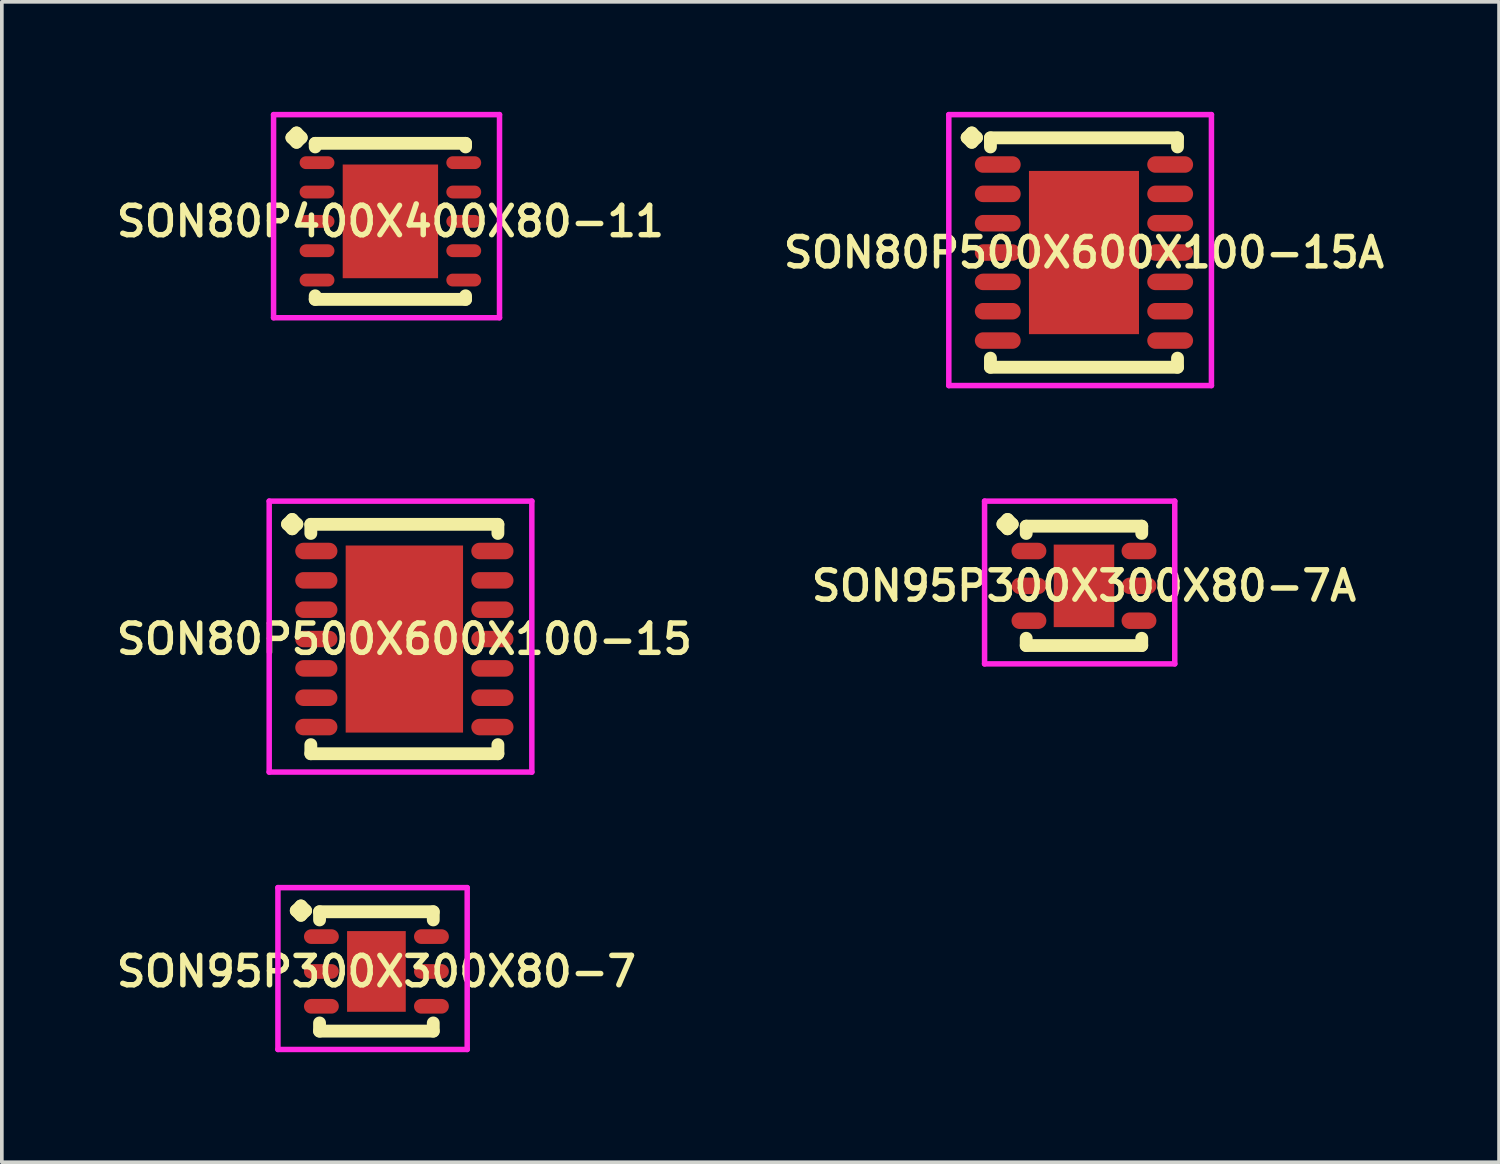
<source format=kicad_pcb>
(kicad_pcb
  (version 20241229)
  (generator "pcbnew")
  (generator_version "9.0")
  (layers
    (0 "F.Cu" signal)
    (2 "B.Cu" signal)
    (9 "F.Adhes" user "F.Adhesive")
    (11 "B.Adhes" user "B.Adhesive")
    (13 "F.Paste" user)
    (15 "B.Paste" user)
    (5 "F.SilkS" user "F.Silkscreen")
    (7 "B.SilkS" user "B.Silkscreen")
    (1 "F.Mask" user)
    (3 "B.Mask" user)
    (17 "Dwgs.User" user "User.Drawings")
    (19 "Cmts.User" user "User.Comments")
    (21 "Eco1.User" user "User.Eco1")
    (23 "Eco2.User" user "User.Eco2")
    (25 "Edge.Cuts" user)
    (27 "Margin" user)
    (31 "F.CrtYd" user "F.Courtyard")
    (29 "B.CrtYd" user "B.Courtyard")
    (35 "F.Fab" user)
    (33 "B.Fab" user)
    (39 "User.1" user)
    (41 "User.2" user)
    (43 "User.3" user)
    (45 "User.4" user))
  (footprint "SON80P400X400X80-11"
    (layer "F.Cu")
    (at 7.593 2.985)
    (property "Reference" "SON80P400X400X80-11" (at 0 0 0) (layer "F.SilkS") (effects (font (size 0.8 0.8) (thickness 0.15))))
    (attr smd)
    (fp_line (start -2.685 -2.283) (end -2.558 -2.41) (stroke (width 0.35) (type solid)) (layer "F.SilkS"))
    (fp_line (start -2.558 -2.41) (end -2.431 -2.283) (stroke (width 0.35) (type solid)) (layer "F.SilkS"))
    (fp_line (start -2.558 -2.156) (end -2.685 -2.283) (stroke (width 0.35) (type solid)) (layer "F.SilkS"))
    (fp_line (start -2.431 -2.283) (end -2.558 -2.156) (stroke (width 0.35) (type solid)) (layer "F.SilkS"))
    (fp_line (start -2.05 -2.127) (end 2.05 -2.127) (stroke (width 0.35) (type solid)) (layer "F.SilkS"))
    (fp_line (start -2.05 -2.029) (end -2.05 -2.127) (stroke (width 0.35) (type solid)) (layer "F.SilkS"))
    (fp_line (start -2.05 2.029) (end -2.05 2.127) (stroke (width 0.35) (type solid)) (layer "F.SilkS"))
    (fp_line (start -2.05 2.127) (end 2.05 2.127) (stroke (width 0.35) (type solid)) (layer "F.SilkS"))
    (fp_line (start 2.05 -2.127) (end 2.05 -2.029) (stroke (width 0.35) (type solid)) (layer "F.SilkS"))
    (fp_line (start 2.05 2.127) (end 2.05 2.029) (stroke (width 0.35) (type solid)) (layer "F.SilkS"))
    (fp_line (start -3.185 -2.91) (end 2.975 -2.91) (stroke (width 0.15) (type solid)) (layer "F.CrtYd"))
    (fp_line (start -3.185 2.627) (end -3.185 -2.91) (stroke (width 0.15) (type solid)) (layer "F.CrtYd"))
    (fp_line (start 2.975 -2.91) (end 2.975 2.627) (stroke (width 0.15) (type solid)) (layer "F.CrtYd"))
    (fp_line (start 2.975 2.627) (end -3.185 2.627) (stroke (width 0.15) (type solid)) (layer "F.CrtYd"))
    (pad "1" smd oval (at -2 -1.6) (size 0.95 0.35) (layers "F.Cu" "F.Mask" "F.Paste"))
    (pad "2" smd oval (at -2 -0.8) (size 0.95 0.35) (layers "F.Cu" "F.Mask" "F.Paste"))
    (pad "3" smd oval (at -2 0) (size 0.95 0.35) (layers "F.Cu" "F.Mask" "F.Paste"))
    (pad "4" smd oval (at -2 0.8) (size 0.95 0.35) (layers "F.Cu" "F.Mask" "F.Paste"))
    (pad "5" smd oval (at -2 1.6) (size 0.95 0.35) (layers "F.Cu" "F.Mask" "F.Paste"))
    (pad "6" smd oval (at 2 1.6) (size 0.95 0.35) (layers "F.Cu" "F.Mask" "F.Paste"))
    (pad "7" smd oval (at 2 0.8) (size 0.95 0.35) (layers "F.Cu" "F.Mask" "F.Paste"))
    (pad "8" smd oval (at 2 0) (size 0.95 0.35) (layers "F.Cu" "F.Mask" "F.Paste"))
    (pad "9" smd oval (at 2 -0.8) (size 0.95 0.35) (layers "F.Cu" "F.Mask" "F.Paste"))
    (pad "10" smd oval (at 2 -1.6) (size 0.95 0.35) (layers "F.Cu" "F.Mask" "F.Paste"))
    (pad "11" smd rect (at 0 0) (size 2.6 3.1) (layers "F.Cu" "F.Mask" "F.Paste")))
  (footprint "SON95P300X300X80-7"
    (layer "F.Cu")
    (at 7.212 23.434)
    (property "Reference" "SON95P300X300X80-7" (at 0 0 0) (layer "F.SilkS") (effects (font (size 0.8 0.8) (thickness 0.15))))
    (attr smd)
    (fp_line (start -2.185 -1.658) (end -2.058 -1.785) (stroke (width 0.35) (type solid)) (layer "F.SilkS"))
    (fp_line (start -2.058 -1.785) (end -1.931 -1.658) (stroke (width 0.35) (type solid)) (layer "F.SilkS"))
    (fp_line (start -2.058 -1.531) (end -2.185 -1.658) (stroke (width 0.35) (type solid)) (layer "F.SilkS"))
    (fp_line (start -1.931 -1.658) (end -2.058 -1.531) (stroke (width 0.35) (type solid)) (layer "F.SilkS"))
    (fp_line (start -1.55 -1.627) (end 1.55 -1.627) (stroke (width 0.35) (type solid)) (layer "F.SilkS"))
    (fp_line (start -1.55 -1.404) (end -1.55 -1.627) (stroke (width 0.35) (type solid)) (layer "F.SilkS"))
    (fp_line (start -1.55 1.404) (end -1.55 1.627) (stroke (width 0.35) (type solid)) (layer "F.SilkS"))
    (fp_line (start -1.55 1.627) (end 1.55 1.627) (stroke (width 0.35) (type solid)) (layer "F.SilkS"))
    (fp_line (start 1.55 -1.627) (end 1.55 -1.404) (stroke (width 0.35) (type solid)) (layer "F.SilkS"))
    (fp_line (start 1.55 1.627) (end 1.55 1.404) (stroke (width 0.35) (type solid)) (layer "F.SilkS"))
    (fp_line (start -2.685 -2.285) (end 2.475 -2.285) (stroke (width 0.15) (type solid)) (layer "F.CrtYd"))
    (fp_line (start -2.685 2.127) (end -2.685 -2.285) (stroke (width 0.15) (type solid)) (layer "F.CrtYd"))
    (fp_line (start 2.475 -2.285) (end 2.475 2.127) (stroke (width 0.15) (type solid)) (layer "F.CrtYd"))
    (fp_line (start 2.475 2.127) (end -2.685 2.127) (stroke (width 0.15) (type solid)) (layer "F.CrtYd"))
    (pad "1" smd oval (at -1.5 -0.95) (size 0.95 0.4) (layers "F.Cu" "F.Mask" "F.Paste"))
    (pad "2" smd oval (at -1.5 0) (size 0.95 0.4) (layers "F.Cu" "F.Mask" "F.Paste"))
    (pad "3" smd oval (at -1.5 0.95) (size 0.95 0.4) (layers "F.Cu" "F.Mask" "F.Paste"))
    (pad "4" smd oval (at 1.5 0.95) (size 0.95 0.4) (layers "F.Cu" "F.Mask" "F.Paste"))
    (pad "5" smd oval (at 1.5 0) (size 0.95 0.4) (layers "F.Cu" "F.Mask" "F.Paste"))
    (pad "6" smd oval (at 1.5 -0.95) (size 0.95 0.4) (layers "F.Cu" "F.Mask" "F.Paste"))
    (pad "7" smd rect (at 0 0) (size 1.6 2.2) (layers "F.Cu" "F.Mask" "F.Paste")))
  (footprint "SON95P300X300X80-7A"
    (layer "F.Cu")
    (at 26.502 12.922)
    (property "Reference" "SON95P300X300X80-7A" (at 0 0 0) (layer "F.SilkS") (effects (font (size 0.8 0.8) (thickness 0.15))))
    (attr smd)
    (fp_line (start -2.21 -1.683) (end -2.083 -1.81) (stroke (width 0.35) (type solid)) (layer "F.SilkS"))
    (fp_line (start -2.083 -1.81) (end -1.956 -1.683) (stroke (width 0.35) (type solid)) (layer "F.SilkS"))
    (fp_line (start -2.083 -1.556) (end -2.21 -1.683) (stroke (width 0.35) (type solid)) (layer "F.SilkS"))
    (fp_line (start -1.956 -1.683) (end -2.083 -1.556) (stroke (width 0.35) (type solid)) (layer "F.SilkS"))
    (fp_line (start -1.575 -1.627) (end 1.575 -1.627) (stroke (width 0.35) (type solid)) (layer "F.SilkS"))
    (fp_line (start -1.575 -1.429) (end -1.575 -1.627) (stroke (width 0.35) (type solid)) (layer "F.SilkS"))
    (fp_line (start -1.575 1.429) (end -1.575 1.627) (stroke (width 0.35) (type solid)) (layer "F.SilkS"))
    (fp_line (start -1.575 1.627) (end 1.575 1.627) (stroke (width 0.35) (type solid)) (layer "F.SilkS"))
    (fp_line (start 1.575 -1.627) (end 1.575 -1.429) (stroke (width 0.35) (type solid)) (layer "F.SilkS"))
    (fp_line (start 1.575 1.627) (end 1.575 1.429) (stroke (width 0.35) (type solid)) (layer "F.SilkS"))
    (fp_line (start -2.71 -2.31) (end 2.475 -2.31) (stroke (width 0.15) (type solid)) (layer "F.CrtYd"))
    (fp_line (start -2.71 2.127) (end -2.71 -2.31) (stroke (width 0.15) (type solid)) (layer "F.CrtYd"))
    (fp_line (start 2.475 -2.31) (end 2.475 2.127) (stroke (width 0.15) (type solid)) (layer "F.CrtYd"))
    (fp_line (start 2.475 2.127) (end -2.71 2.127) (stroke (width 0.15) (type solid)) (layer "F.CrtYd"))
    (pad "1" smd oval (at -1.5 -0.95) (size 0.95 0.45) (layers "F.Cu" "F.Mask" "F.Paste"))
    (pad "2" smd oval (at -1.5 0) (size 0.95 0.45) (layers "F.Cu" "F.Mask" "F.Paste"))
    (pad "3" smd oval (at -1.5 0.95) (size 0.95 0.45) (layers "F.Cu" "F.Mask" "F.Paste"))
    (pad "4" smd oval (at 1.5 0.95) (size 0.95 0.45) (layers "F.Cu" "F.Mask" "F.Paste"))
    (pad "5" smd oval (at 1.5 0) (size 0.95 0.45) (layers "F.Cu" "F.Mask" "F.Paste"))
    (pad "6" smd oval (at 1.5 -0.95) (size 0.95 0.45) (layers "F.Cu" "F.Mask" "F.Paste"))
    (pad "7" smd rect (at 0 0) (size 1.65 2.25) (layers "F.Cu" "F.Mask" "F.Paste")))
  (footprint "SON80P500X600X100-15A"
    (layer "F.Cu")
    (at 26.502 3.835)
    (property "Reference" "SON80P500X600X100-15A" (at 0 0 0) (layer "F.SilkS") (effects (font (size 0.8 0.8) (thickness 0.15))))
    (attr smd)
    (fp_line (start -3.185 -3.133) (end -3.058 -3.26) (stroke (width 0.35) (type solid)) (layer "F.SilkS"))
    (fp_line (start -3.058 -3.26) (end -2.931 -3.133) (stroke (width 0.35) (type solid)) (layer "F.SilkS"))
    (fp_line (start -3.058 -3.006) (end -3.185 -3.133) (stroke (width 0.35) (type solid)) (layer "F.SilkS"))
    (fp_line (start -2.931 -3.133) (end -3.058 -3.006) (stroke (width 0.35) (type solid)) (layer "F.SilkS"))
    (fp_line (start -2.55 -3.127) (end 2.55 -3.127) (stroke (width 0.35) (type solid)) (layer "F.SilkS"))
    (fp_line (start -2.55 -2.879) (end -2.55 -3.127) (stroke (width 0.35) (type solid)) (layer "F.SilkS"))
    (fp_line (start -2.55 2.879) (end -2.55 3.127) (stroke (width 0.35) (type solid)) (layer "F.SilkS"))
    (fp_line (start -2.55 3.127) (end 2.55 3.127) (stroke (width 0.35) (type solid)) (layer "F.SilkS"))
    (fp_line (start 2.55 -3.127) (end 2.55 -2.879) (stroke (width 0.35) (type solid)) (layer "F.SilkS"))
    (fp_line (start 2.55 3.127) (end 2.55 2.879) (stroke (width 0.35) (type solid)) (layer "F.SilkS"))
    (fp_line (start -3.685 -3.76) (end 3.475 -3.76) (stroke (width 0.15) (type solid)) (layer "F.CrtYd"))
    (fp_line (start -3.685 3.627) (end -3.685 -3.76) (stroke (width 0.15) (type solid)) (layer "F.CrtYd"))
    (fp_line (start 3.475 -3.76) (end 3.475 3.627) (stroke (width 0.15) (type solid)) (layer "F.CrtYd"))
    (fp_line (start 3.475 3.627) (end -3.685 3.627) (stroke (width 0.15) (type solid)) (layer "F.CrtYd"))
    (pad "1" smd oval (at -2.35 -2.4) (size 1.25 0.45) (layers "F.Cu" "F.Mask" "F.Paste"))
    (pad "2" smd oval (at -2.35 -1.6) (size 1.25 0.45) (layers "F.Cu" "F.Mask" "F.Paste"))
    (pad "3" smd oval (at -2.35 -0.8) (size 1.25 0.45) (layers "F.Cu" "F.Mask" "F.Paste"))
    (pad "4" smd oval (at -2.35 0) (size 1.25 0.45) (layers "F.Cu" "F.Mask" "F.Paste"))
    (pad "5" smd oval (at -2.35 0.8) (size 1.25 0.45) (layers "F.Cu" "F.Mask" "F.Paste"))
    (pad "6" smd oval (at -2.35 1.6) (size 1.25 0.45) (layers "F.Cu" "F.Mask" "F.Paste"))
    (pad "7" smd oval (at -2.35 2.4) (size 1.25 0.45) (layers "F.Cu" "F.Mask" "F.Paste"))
    (pad "8" smd oval (at 2.35 2.4) (size 1.25 0.45) (layers "F.Cu" "F.Mask" "F.Paste"))
    (pad "9" smd oval (at 2.35 1.6) (size 1.25 0.45) (layers "F.Cu" "F.Mask" "F.Paste"))
    (pad "10" smd oval (at 2.35 0.8) (size 1.25 0.45) (layers "F.Cu" "F.Mask" "F.Paste"))
    (pad "11" smd oval (at 2.35 0) (size 1.25 0.45) (layers "F.Cu" "F.Mask" "F.Paste"))
    (pad "12" smd oval (at 2.35 -0.8) (size 1.25 0.45) (layers "F.Cu" "F.Mask" "F.Paste"))
    (pad "13" smd oval (at 2.35 -1.6) (size 1.25 0.45) (layers "F.Cu" "F.Mask" "F.Paste"))
    (pad "14" smd oval (at 2.35 -2.4) (size 1.25 0.45) (layers "F.Cu" "F.Mask" "F.Paste"))
    (pad "15" smd rect (at 0 0) (size 3 4.45) (layers "F.Cu" "F.Mask" "F.Paste")))
  (footprint "SON80P500X600X100-15"
    (layer "F.Cu")
    (at 7.974 14.372)
    (property "Reference" "SON80P500X600X100-15" (at 0 0 0) (layer "F.SilkS") (effects (font (size 0.8 0.8) (thickness 0.15))))
    (attr smd)
    (fp_line (start -3.185 -3.133) (end -3.058 -3.26) (stroke (width 0.35) (type solid)) (layer "F.SilkS"))
    (fp_line (start -3.058 -3.26) (end -2.931 -3.133) (stroke (width 0.35) (type solid)) (layer "F.SilkS"))
    (fp_line (start -3.058 -3.006) (end -3.185 -3.133) (stroke (width 0.35) (type solid)) (layer "F.SilkS"))
    (fp_line (start -2.931 -3.133) (end -3.058 -3.006) (stroke (width 0.35) (type solid)) (layer "F.SilkS"))
    (fp_line (start -2.55 -3.127) (end 2.55 -3.127) (stroke (width 0.35) (type solid)) (layer "F.SilkS"))
    (fp_line (start -2.55 -2.879) (end -2.55 -3.127) (stroke (width 0.35) (type solid)) (layer "F.SilkS"))
    (fp_line (start -2.55 2.879) (end -2.55 3.127) (stroke (width 0.35) (type solid)) (layer "F.SilkS"))
    (fp_line (start -2.55 3.127) (end 2.55 3.127) (stroke (width 0.35) (type solid)) (layer "F.SilkS"))
    (fp_line (start 2.55 -3.127) (end 2.55 -2.879) (stroke (width 0.35) (type solid)) (layer "F.SilkS"))
    (fp_line (start 2.55 3.127) (end 2.55 2.879) (stroke (width 0.35) (type solid)) (layer "F.SilkS"))
    (fp_line (start -3.685 -3.76) (end 3.475 -3.76) (stroke (width 0.15) (type solid)) (layer "F.CrtYd"))
    (fp_line (start -3.685 3.627) (end -3.685 -3.76) (stroke (width 0.15) (type solid)) (layer "F.CrtYd"))
    (fp_line (start 3.475 -3.76) (end 3.475 3.627) (stroke (width 0.15) (type solid)) (layer "F.CrtYd"))
    (fp_line (start 3.475 3.627) (end -3.685 3.627) (stroke (width 0.15) (type solid)) (layer "F.CrtYd"))
    (pad "1" smd oval (at -2.4 -2.4) (size 1.15 0.45) (layers "F.Cu" "F.Mask" "F.Paste"))
    (pad "2" smd oval (at -2.4 -1.6) (size 1.15 0.45) (layers "F.Cu" "F.Mask" "F.Paste"))
    (pad "3" smd oval (at -2.4 -0.8) (size 1.15 0.45) (layers "F.Cu" "F.Mask" "F.Paste"))
    (pad "4" smd oval (at -2.4 0) (size 1.15 0.45) (layers "F.Cu" "F.Mask" "F.Paste"))
    (pad "5" smd oval (at -2.4 0.8) (size 1.15 0.45) (layers "F.Cu" "F.Mask" "F.Paste"))
    (pad "6" smd oval (at -2.4 1.6) (size 1.15 0.45) (layers "F.Cu" "F.Mask" "F.Paste"))
    (pad "7" smd oval (at -2.4 2.4) (size 1.15 0.45) (layers "F.Cu" "F.Mask" "F.Paste"))
    (pad "8" smd oval (at 2.4 2.4) (size 1.15 0.45) (layers "F.Cu" "F.Mask" "F.Paste"))
    (pad "9" smd oval (at 2.4 1.6) (size 1.15 0.45) (layers "F.Cu" "F.Mask" "F.Paste"))
    (pad "10" smd oval (at 2.4 0.8) (size 1.15 0.45) (layers "F.Cu" "F.Mask" "F.Paste"))
    (pad "11" smd oval (at 2.4 0) (size 1.15 0.45) (layers "F.Cu" "F.Mask" "F.Paste"))
    (pad "12" smd oval (at 2.4 -0.8) (size 1.15 0.45) (layers "F.Cu" "F.Mask" "F.Paste"))
    (pad "13" smd oval (at 2.4 -1.6) (size 1.15 0.45) (layers "F.Cu" "F.Mask" "F.Paste"))
    (pad "14" smd oval (at 2.4 -2.4) (size 1.15 0.45) (layers "F.Cu" "F.Mask" "F.Paste"))
    (pad "15" smd rect (at 0 0) (size 3.2 5.1) (layers "F.Cu" "F.Mask" "F.Paste")))
  (gr_rect
    (start -3 -3)
    (end 37.818 28.636)
    (stroke (width 0.1) (type default))
    (fill no)
    (layer "Edge.Cuts")))
</source>
